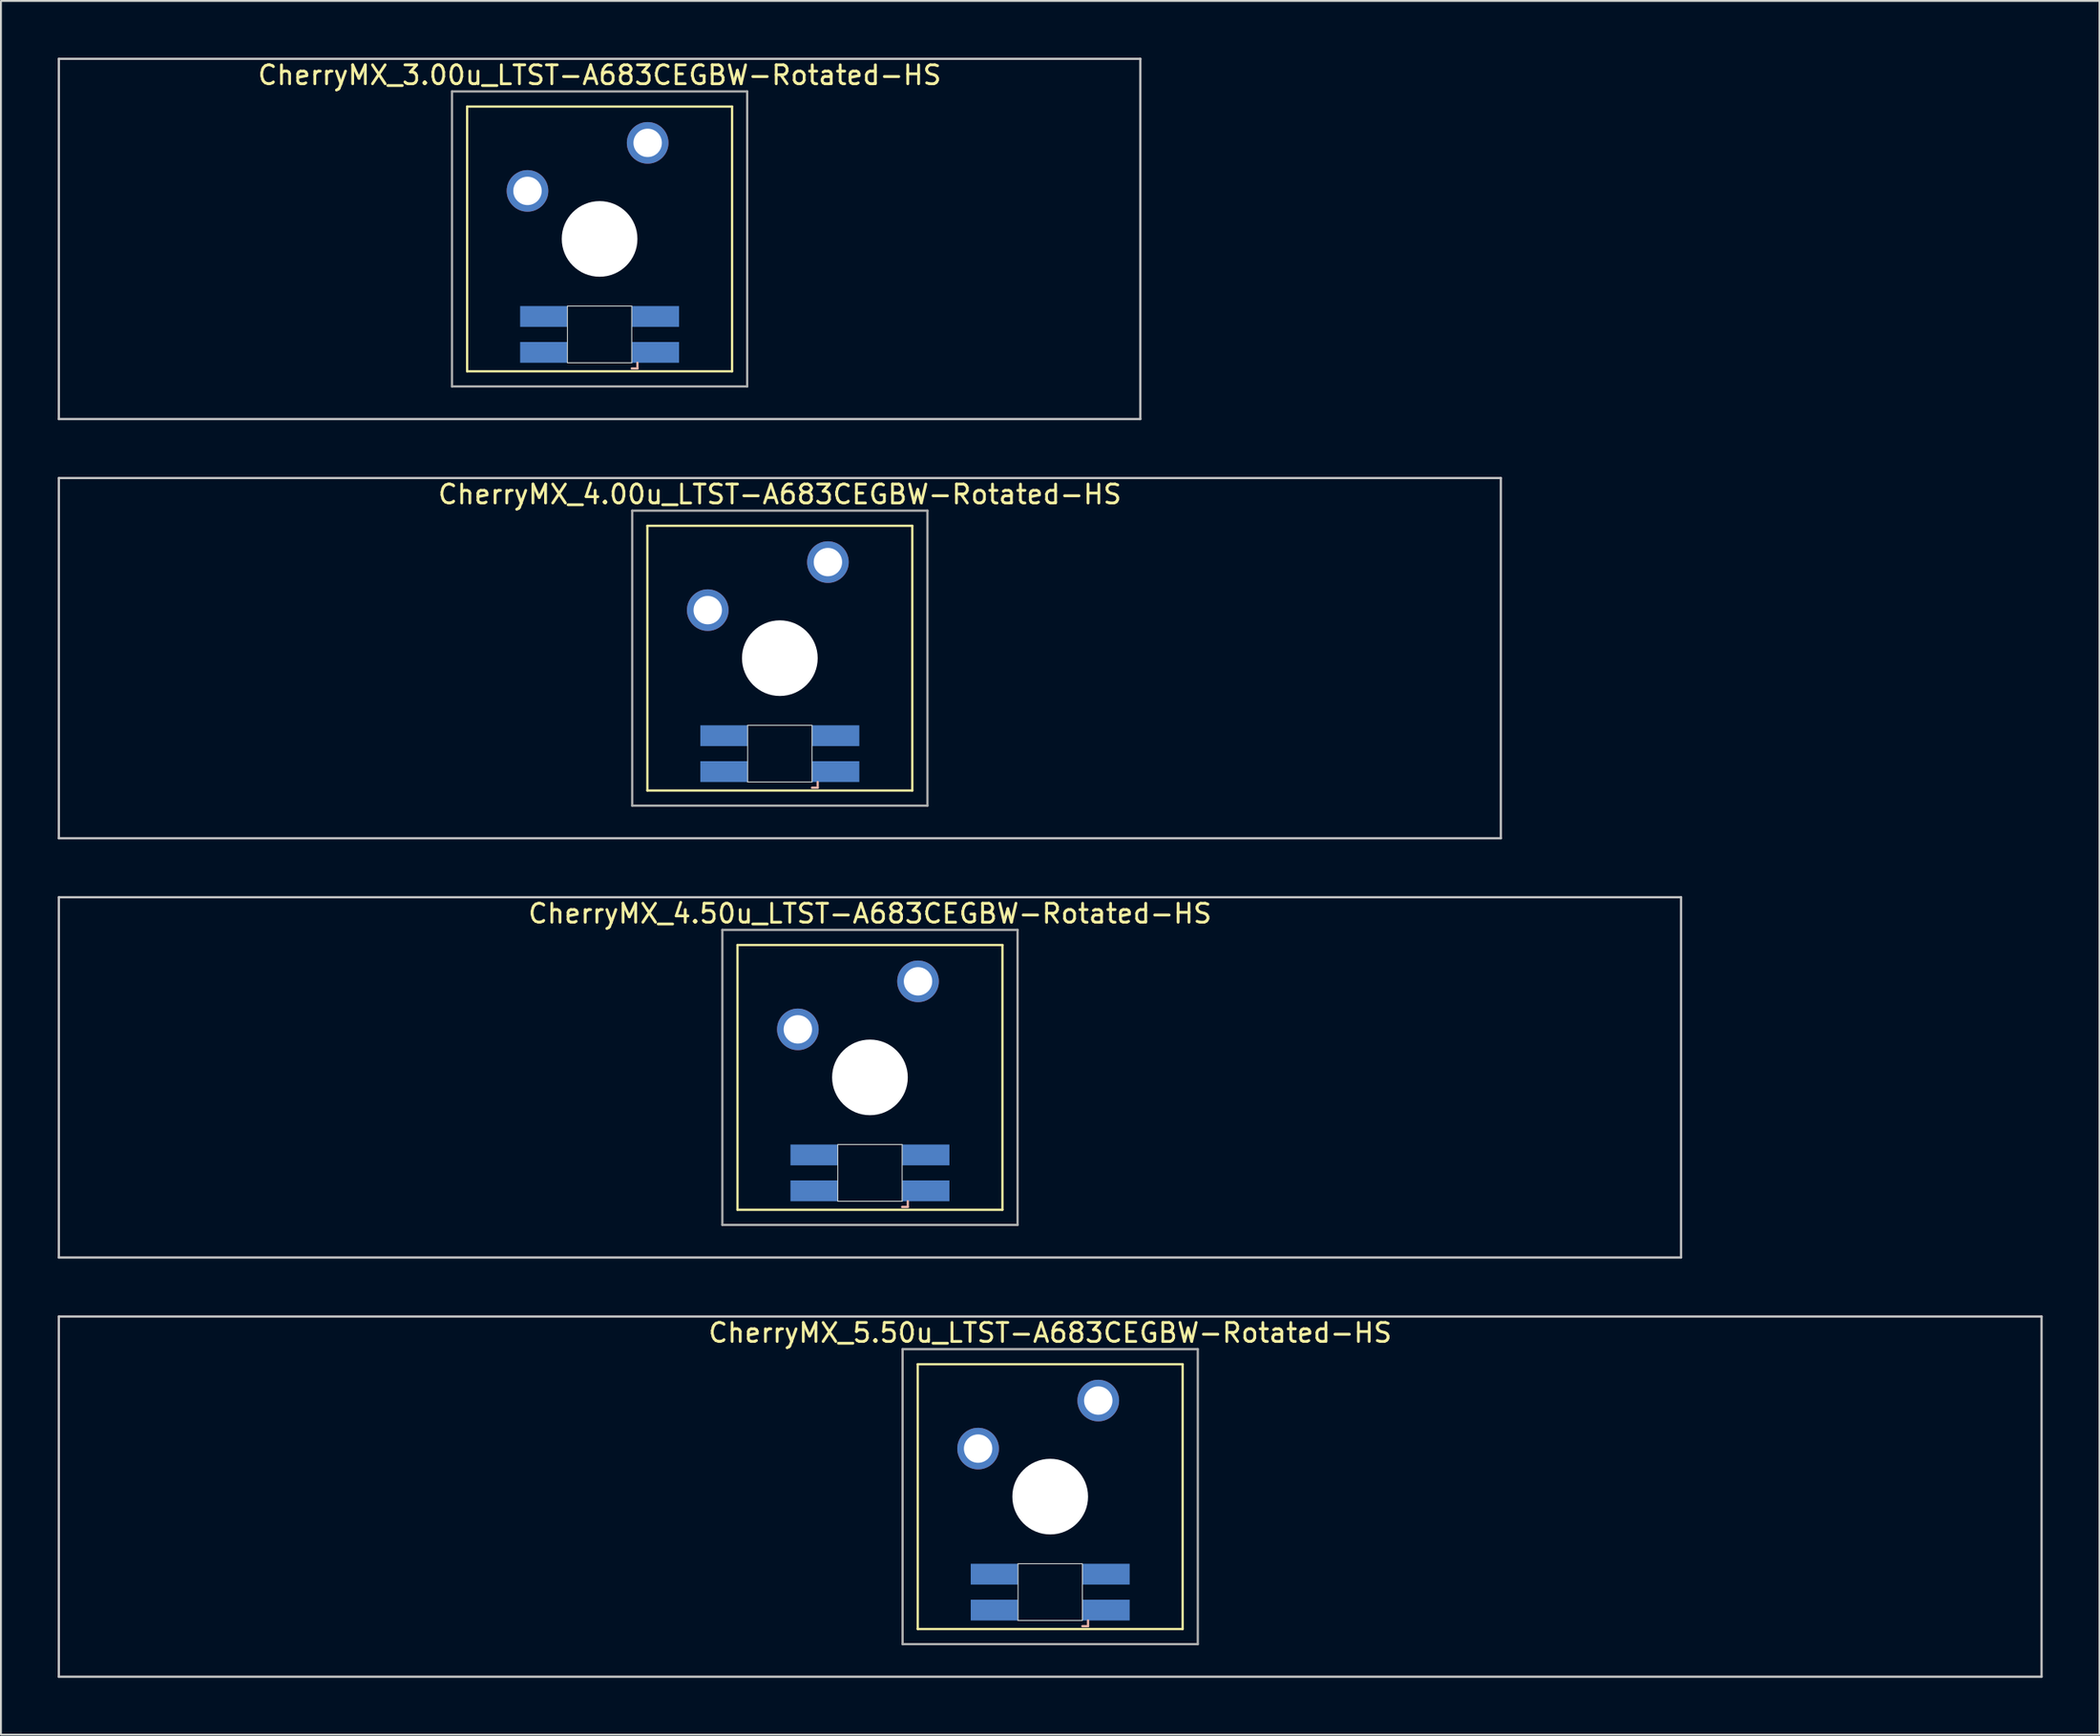
<source format=kicad_pcb>
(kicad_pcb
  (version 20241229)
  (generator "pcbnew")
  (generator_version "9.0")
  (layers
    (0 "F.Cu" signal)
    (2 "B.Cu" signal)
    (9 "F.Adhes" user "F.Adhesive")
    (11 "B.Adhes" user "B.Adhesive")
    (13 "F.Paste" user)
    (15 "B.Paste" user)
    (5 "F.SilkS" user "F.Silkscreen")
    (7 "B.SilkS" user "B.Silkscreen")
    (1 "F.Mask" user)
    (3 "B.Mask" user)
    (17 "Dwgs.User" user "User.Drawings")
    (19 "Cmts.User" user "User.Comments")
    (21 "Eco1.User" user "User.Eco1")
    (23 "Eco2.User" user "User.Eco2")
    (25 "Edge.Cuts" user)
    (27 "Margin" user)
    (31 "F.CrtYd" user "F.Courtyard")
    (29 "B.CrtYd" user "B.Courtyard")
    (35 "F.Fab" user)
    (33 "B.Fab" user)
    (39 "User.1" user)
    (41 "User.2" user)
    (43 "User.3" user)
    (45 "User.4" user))
  (footprint "CherryMX_3.00u_LTST-A683CEGBW-Rotated-HS"
    (layer "F.Cu")
    (at 28.635 9.585)
    (property "Reference" "CherryMX_3.00u_LTST-A683CEGBW-Rotated-HS" (at 0 -8.662 0) (layer "F.SilkS") (effects (font (size 1 1) (thickness 0.15))))
    (attr through_hole)
    (fp_line (start -7 -7) (end -7 7) (stroke (width 0.12) (type solid)) (layer "F.SilkS"))
    (fp_line (start -7 -7) (end 7 -7) (stroke (width 0.12) (type solid)) (layer "F.SilkS"))
    (fp_line (start 7 -7) (end 7 7) (stroke (width 0.12) (type solid)) (layer "F.SilkS"))
    (fp_line (start 7 7) (end -7 7) (stroke (width 0.12) (type solid)) (layer "F.SilkS"))
    (fp_line (start 1.7 6.85) (end 2 6.85) (stroke (width 0.12) (type solid)) (layer "B.SilkS"))
    (fp_line (start 2 6.85) (end 2 6.55) (stroke (width 0.12) (type solid)) (layer "B.SilkS"))
    (fp_line (start -28.575 -9.525) (end 28.575 -9.525) (stroke (width 0.12) (type solid)) (layer "Dwgs.User"))
    (fp_line (start -28.575 9.525) (end -28.575 -9.525) (stroke (width 0.12) (type solid)) (layer "Dwgs.User"))
    (fp_line (start 28.575 -9.525) (end 28.575 9.525) (stroke (width 0.12) (type solid)) (layer "Dwgs.User"))
    (fp_line (start 28.575 9.525) (end -28.575 9.525) (stroke (width 0.12) (type solid)) (layer "Dwgs.User"))
    (fp_line (start -1.7 3.55) (end 1.7 3.55) (stroke (width 0.05) (type solid)) (layer "Edge.Cuts"))
    (fp_line (start -1.7 6.55) (end -1.7 3.55) (stroke (width 0.05) (type solid)) (layer "Edge.Cuts"))
    (fp_line (start 1.7 3.55) (end 1.7 6.55) (stroke (width 0.05) (type solid)) (layer "Edge.Cuts"))
    (fp_line (start 1.7 6.55) (end -1.7 6.55) (stroke (width 0.05) (type solid)) (layer "Edge.Cuts"))
    (fp_line (start -7.8 -7.8) (end -7.8 7.8) (stroke (width 0.12) (type solid)) (layer "F.Fab"))
    (fp_line (start -7.8 -7.8) (end 7.8 -7.8) (stroke (width 0.12) (type solid)) (layer "F.Fab"))
    (fp_line (start -7.8 7.8) (end 7.8 7.8) (stroke (width 0.12) (type solid)) (layer "F.Fab"))
    (fp_line (start 7.8 -7.8) (end 7.8 7.8) (stroke (width 0.12) (type solid)) (layer "F.Fab"))
    (pad "" np_thru_hole circle (at 0 0) (size 4 4) (drill 4) (layers "*.Cu" "*.Mask"))
    (pad "1" thru_hole circle (at -3.81 -2.54) (size 2.2 2.2) (drill 1.5) (layers "*.Cu" "*.Mask"))
    (pad "2" thru_hole circle (at 2.54 -5.08) (size 2.2 2.2) (drill 1.5) (layers "*.Cu" "*.Mask"))
    (pad "3" smd rect (at 2.95 6) (size 2.5 1.1) (layers "B.Cu" "B.Mask" "B.Paste"))
    (pad "4" smd rect (at 2.95 4.1) (size 2.5 1.1) (layers "B.Cu" "B.Mask" "B.Paste"))
    (pad "5" smd rect (at -2.95 6) (size 2.5 1.1) (layers "B.Cu" "B.Mask" "B.Paste"))
    (pad "6" smd rect (at -2.95 4.1) (size 2.5 1.1) (layers "B.Cu" "B.Mask" "B.Paste")))
  (footprint "CherryMX_5.50u_LTST-A683CEGBW-Rotated-HS"
    (layer "F.Cu")
    (at 52.447 76.095)
    (property "Reference" "CherryMX_5.50u_LTST-A683CEGBW-Rotated-HS" (at 0 -8.662 0) (layer "F.SilkS") (effects (font (size 1 1) (thickness 0.15))))
    (attr through_hole)
    (fp_line (start -7 -7) (end -7 7) (stroke (width 0.12) (type solid)) (layer "F.SilkS"))
    (fp_line (start -7 -7) (end 7 -7) (stroke (width 0.12) (type solid)) (layer "F.SilkS"))
    (fp_line (start 7 -7) (end 7 7) (stroke (width 0.12) (type solid)) (layer "F.SilkS"))
    (fp_line (start 7 7) (end -7 7) (stroke (width 0.12) (type solid)) (layer "F.SilkS"))
    (fp_line (start 1.7 6.85) (end 2 6.85) (stroke (width 0.12) (type solid)) (layer "B.SilkS"))
    (fp_line (start 2 6.85) (end 2 6.55) (stroke (width 0.12) (type solid)) (layer "B.SilkS"))
    (fp_line (start -52.388 -9.525) (end 52.388 -9.525) (stroke (width 0.12) (type solid)) (layer "Dwgs.User"))
    (fp_line (start -52.388 9.525) (end -52.388 -9.525) (stroke (width 0.12) (type solid)) (layer "Dwgs.User"))
    (fp_line (start 52.388 -9.525) (end 52.388 9.525) (stroke (width 0.12) (type solid)) (layer "Dwgs.User"))
    (fp_line (start 52.388 9.525) (end -52.388 9.525) (stroke (width 0.12) (type solid)) (layer "Dwgs.User"))
    (fp_line (start -1.7 3.55) (end 1.7 3.55) (stroke (width 0.05) (type solid)) (layer "Edge.Cuts"))
    (fp_line (start -1.7 6.55) (end -1.7 3.55) (stroke (width 0.05) (type solid)) (layer "Edge.Cuts"))
    (fp_line (start 1.7 3.55) (end 1.7 6.55) (stroke (width 0.05) (type solid)) (layer "Edge.Cuts"))
    (fp_line (start 1.7 6.55) (end -1.7 6.55) (stroke (width 0.05) (type solid)) (layer "Edge.Cuts"))
    (fp_line (start -7.8 -7.8) (end -7.8 7.8) (stroke (width 0.12) (type solid)) (layer "F.Fab"))
    (fp_line (start -7.8 -7.8) (end 7.8 -7.8) (stroke (width 0.12) (type solid)) (layer "F.Fab"))
    (fp_line (start -7.8 7.8) (end 7.8 7.8) (stroke (width 0.12) (type solid)) (layer "F.Fab"))
    (fp_line (start 7.8 -7.8) (end 7.8 7.8) (stroke (width 0.12) (type solid)) (layer "F.Fab"))
    (pad "" np_thru_hole circle (at 0 0) (size 4 4) (drill 4) (layers "*.Cu" "*.Mask"))
    (pad "1" thru_hole circle (at -3.81 -2.54) (size 2.2 2.2) (drill 1.5) (layers "*.Cu" "*.Mask"))
    (pad "2" thru_hole circle (at 2.54 -5.08) (size 2.2 2.2) (drill 1.5) (layers "*.Cu" "*.Mask"))
    (pad "3" smd rect (at 2.95 6) (size 2.5 1.1) (layers "B.Cu" "B.Mask" "B.Paste"))
    (pad "4" smd rect (at 2.95 4.1) (size 2.5 1.1) (layers "B.Cu" "B.Mask" "B.Paste"))
    (pad "5" smd rect (at -2.95 6) (size 2.5 1.1) (layers "B.Cu" "B.Mask" "B.Paste"))
    (pad "6" smd rect (at -2.95 4.1) (size 2.5 1.1) (layers "B.Cu" "B.Mask" "B.Paste")))
  (footprint "CherryMX_4.00u_LTST-A683CEGBW-Rotated-HS"
    (layer "F.Cu")
    (at 38.16 31.755)
    (property "Reference" "CherryMX_4.00u_LTST-A683CEGBW-Rotated-HS" (at 0 -8.662 0) (layer "F.SilkS") (effects (font (size 1 1) (thickness 0.15))))
    (attr through_hole)
    (fp_line (start -7 -7) (end -7 7) (stroke (width 0.12) (type solid)) (layer "F.SilkS"))
    (fp_line (start -7 -7) (end 7 -7) (stroke (width 0.12) (type solid)) (layer "F.SilkS"))
    (fp_line (start 7 -7) (end 7 7) (stroke (width 0.12) (type solid)) (layer "F.SilkS"))
    (fp_line (start 7 7) (end -7 7) (stroke (width 0.12) (type solid)) (layer "F.SilkS"))
    (fp_line (start 1.7 6.85) (end 2 6.85) (stroke (width 0.12) (type solid)) (layer "B.SilkS"))
    (fp_line (start 2 6.85) (end 2 6.55) (stroke (width 0.12) (type solid)) (layer "B.SilkS"))
    (fp_line (start -38.1 -9.525) (end 38.1 -9.525) (stroke (width 0.12) (type solid)) (layer "Dwgs.User"))
    (fp_line (start -38.1 9.525) (end -38.1 -9.525) (stroke (width 0.12) (type solid)) (layer "Dwgs.User"))
    (fp_line (start 38.1 -9.525) (end 38.1 9.525) (stroke (width 0.12) (type solid)) (layer "Dwgs.User"))
    (fp_line (start 38.1 9.525) (end -38.1 9.525) (stroke (width 0.12) (type solid)) (layer "Dwgs.User"))
    (fp_line (start -1.7 3.55) (end 1.7 3.55) (stroke (width 0.05) (type solid)) (layer "Edge.Cuts"))
    (fp_line (start -1.7 6.55) (end -1.7 3.55) (stroke (width 0.05) (type solid)) (layer "Edge.Cuts"))
    (fp_line (start 1.7 3.55) (end 1.7 6.55) (stroke (width 0.05) (type solid)) (layer "Edge.Cuts"))
    (fp_line (start 1.7 6.55) (end -1.7 6.55) (stroke (width 0.05) (type solid)) (layer "Edge.Cuts"))
    (fp_line (start -7.8 -7.8) (end -7.8 7.8) (stroke (width 0.12) (type solid)) (layer "F.Fab"))
    (fp_line (start -7.8 -7.8) (end 7.8 -7.8) (stroke (width 0.12) (type solid)) (layer "F.Fab"))
    (fp_line (start -7.8 7.8) (end 7.8 7.8) (stroke (width 0.12) (type solid)) (layer "F.Fab"))
    (fp_line (start 7.8 -7.8) (end 7.8 7.8) (stroke (width 0.12) (type solid)) (layer "F.Fab"))
    (pad "" np_thru_hole circle (at 0 0) (size 4 4) (drill 4) (layers "*.Cu" "*.Mask"))
    (pad "1" thru_hole circle (at -3.81 -2.54) (size 2.2 2.2) (drill 1.5) (layers "*.Cu" "*.Mask"))
    (pad "2" thru_hole circle (at 2.54 -5.08) (size 2.2 2.2) (drill 1.5) (layers "*.Cu" "*.Mask"))
    (pad "3" smd rect (at 2.95 6) (size 2.5 1.1) (layers "B.Cu" "B.Mask" "B.Paste"))
    (pad "4" smd rect (at 2.95 4.1) (size 2.5 1.1) (layers "B.Cu" "B.Mask" "B.Paste"))
    (pad "5" smd rect (at -2.95 6) (size 2.5 1.1) (layers "B.Cu" "B.Mask" "B.Paste"))
    (pad "6" smd rect (at -2.95 4.1) (size 2.5 1.1) (layers "B.Cu" "B.Mask" "B.Paste")))
  (footprint "CherryMX_4.50u_LTST-A683CEGBW-Rotated-HS"
    (layer "F.Cu")
    (at 42.922 53.925)
    (property "Reference" "CherryMX_4.50u_LTST-A683CEGBW-Rotated-HS" (at 0 -8.662 0) (layer "F.SilkS") (effects (font (size 1 1) (thickness 0.15))))
    (attr through_hole)
    (fp_line (start -7 -7) (end -7 7) (stroke (width 0.12) (type solid)) (layer "F.SilkS"))
    (fp_line (start -7 -7) (end 7 -7) (stroke (width 0.12) (type solid)) (layer "F.SilkS"))
    (fp_line (start 7 -7) (end 7 7) (stroke (width 0.12) (type solid)) (layer "F.SilkS"))
    (fp_line (start 7 7) (end -7 7) (stroke (width 0.12) (type solid)) (layer "F.SilkS"))
    (fp_line (start 1.7 6.85) (end 2 6.85) (stroke (width 0.12) (type solid)) (layer "B.SilkS"))
    (fp_line (start 2 6.85) (end 2 6.55) (stroke (width 0.12) (type solid)) (layer "B.SilkS"))
    (fp_line (start -42.862 -9.525) (end 42.862 -9.525) (stroke (width 0.12) (type solid)) (layer "Dwgs.User"))
    (fp_line (start -42.862 9.525) (end -42.862 -9.525) (stroke (width 0.12) (type solid)) (layer "Dwgs.User"))
    (fp_line (start 42.862 -9.525) (end 42.862 9.525) (stroke (width 0.12) (type solid)) (layer "Dwgs.User"))
    (fp_line (start 42.862 9.525) (end -42.862 9.525) (stroke (width 0.12) (type solid)) (layer "Dwgs.User"))
    (fp_line (start -1.7 3.55) (end 1.7 3.55) (stroke (width 0.05) (type solid)) (layer "Edge.Cuts"))
    (fp_line (start -1.7 6.55) (end -1.7 3.55) (stroke (width 0.05) (type solid)) (layer "Edge.Cuts"))
    (fp_line (start 1.7 3.55) (end 1.7 6.55) (stroke (width 0.05) (type solid)) (layer "Edge.Cuts"))
    (fp_line (start 1.7 6.55) (end -1.7 6.55) (stroke (width 0.05) (type solid)) (layer "Edge.Cuts"))
    (fp_line (start -7.8 -7.8) (end -7.8 7.8) (stroke (width 0.12) (type solid)) (layer "F.Fab"))
    (fp_line (start -7.8 -7.8) (end 7.8 -7.8) (stroke (width 0.12) (type solid)) (layer "F.Fab"))
    (fp_line (start -7.8 7.8) (end 7.8 7.8) (stroke (width 0.12) (type solid)) (layer "F.Fab"))
    (fp_line (start 7.8 -7.8) (end 7.8 7.8) (stroke (width 0.12) (type solid)) (layer "F.Fab"))
    (pad "" np_thru_hole circle (at 0 0) (size 4 4) (drill 4) (layers "*.Cu" "*.Mask"))
    (pad "1" thru_hole circle (at -3.81 -2.54) (size 2.2 2.2) (drill 1.5) (layers "*.Cu" "*.Mask"))
    (pad "2" thru_hole circle (at 2.54 -5.08) (size 2.2 2.2) (drill 1.5) (layers "*.Cu" "*.Mask"))
    (pad "3" smd rect (at 2.95 6) (size 2.5 1.1) (layers "B.Cu" "B.Mask" "B.Paste"))
    (pad "4" smd rect (at 2.95 4.1) (size 2.5 1.1) (layers "B.Cu" "B.Mask" "B.Paste"))
    (pad "5" smd rect (at -2.95 6) (size 2.5 1.1) (layers "B.Cu" "B.Mask" "B.Paste"))
    (pad "6" smd rect (at -2.95 4.1) (size 2.5 1.1) (layers "B.Cu" "B.Mask" "B.Paste")))
  (gr_rect
    (start -3 -3)
    (end 107.895 88.68)
    (stroke (width 0.1) (type default))
    (fill no)
    (layer "Edge.Cuts")))
</source>
